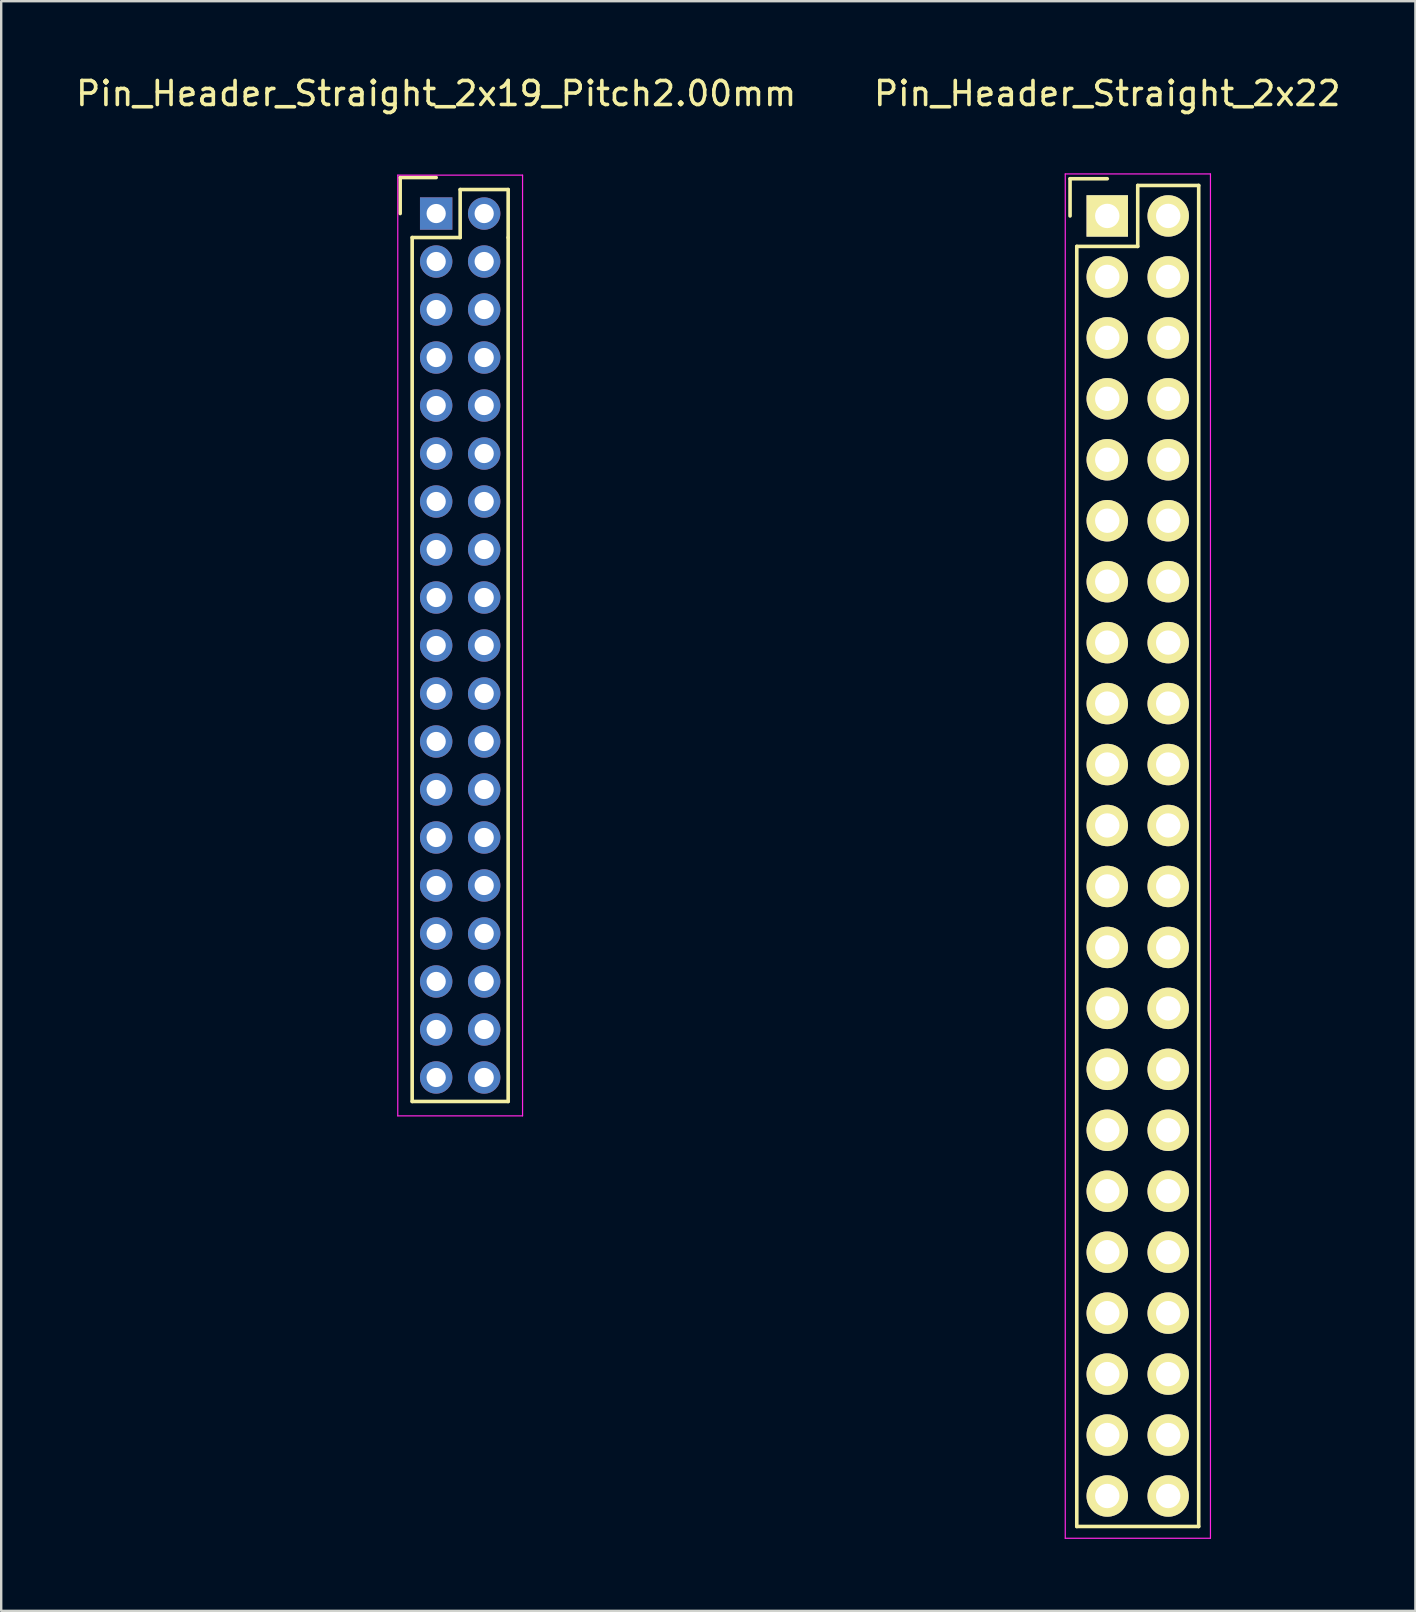
<source format=kicad_pcb>
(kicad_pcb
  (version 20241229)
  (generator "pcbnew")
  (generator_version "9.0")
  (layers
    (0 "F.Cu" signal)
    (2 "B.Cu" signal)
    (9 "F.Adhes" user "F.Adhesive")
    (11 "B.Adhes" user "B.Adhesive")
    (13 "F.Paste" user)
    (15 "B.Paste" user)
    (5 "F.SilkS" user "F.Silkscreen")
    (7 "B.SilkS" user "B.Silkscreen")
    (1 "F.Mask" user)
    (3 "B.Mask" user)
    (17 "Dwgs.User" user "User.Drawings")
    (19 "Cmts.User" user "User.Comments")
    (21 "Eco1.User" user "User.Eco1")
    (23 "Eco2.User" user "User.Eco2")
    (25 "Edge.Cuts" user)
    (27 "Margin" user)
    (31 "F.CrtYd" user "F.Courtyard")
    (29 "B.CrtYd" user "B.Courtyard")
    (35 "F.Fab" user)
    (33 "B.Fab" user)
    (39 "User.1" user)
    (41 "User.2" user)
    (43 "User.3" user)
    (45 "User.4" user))
  (footprint "Pin_Header_Straight_2x19_Pitch2.00mm"
    (layer "F.Cu")
    (at 15.125 5.848)
    (property "Reference" "Pin_Header_Straight_2x19_Pitch2.00mm" (at 0 -5 0) (layer "F.SilkS") (effects (font (size 1 1) (thickness 0.15))))
    (attr through_hole)
    (fp_line (start -1.5 -1.5) (end 0 -1.5) (stroke (width 0.15) (type solid)) (layer "F.SilkS"))
    (fp_line (start -1.5 0) (end -1.5 -1.5) (stroke (width 0.15) (type solid)) (layer "F.SilkS"))
    (fp_line (start -1 1) (end 1 1) (stroke (width 0.15) (type solid)) (layer "F.SilkS"))
    (fp_line (start -1 37) (end -1 1) (stroke (width 0.15) (type solid)) (layer "F.SilkS"))
    (fp_line (start 1 -1) (end 3 -1) (stroke (width 0.15) (type solid)) (layer "F.SilkS"))
    (fp_line (start 1 1) (end 1 -1) (stroke (width 0.15) (type solid)) (layer "F.SilkS"))
    (fp_line (start 3 -1) (end 3 1) (stroke (width 0.15) (type solid)) (layer "F.SilkS"))
    (fp_line (start 3 1) (end 3 37) (stroke (width 0.15) (type solid)) (layer "F.SilkS"))
    (fp_line (start 3 37) (end -1 37) (stroke (width 0.15) (type solid)) (layer "F.SilkS"))
    (fp_line (start -1.6 -1.6) (end 3.6 -1.6) (stroke (width 0.05) (type solid)) (layer "F.CrtYd"))
    (fp_line (start -1.6 37.6) (end -1.6 -1.6) (stroke (width 0.05) (type solid)) (layer "F.CrtYd"))
    (fp_line (start 3.6 -1.6) (end 3.6 37.6) (stroke (width 0.05) (type solid)) (layer "F.CrtYd"))
    (fp_line (start 3.6 37.6) (end -1.6 37.6) (stroke (width 0.05) (type solid)) (layer "F.CrtYd"))
    (pad "1" thru_hole rect (at 0 0) (size 1.35 1.35) (drill 0.8) (layers "*.Cu" "*.Mask"))
    (pad "2" thru_hole circle (at 2 0) (size 1.35 1.35) (drill 0.8) (layers "*.Cu" "*.Mask"))
    (pad "3" thru_hole circle (at 0 2) (size 1.35 1.35) (drill 0.8) (layers "*.Cu" "*.Mask"))
    (pad "4" thru_hole circle (at 2 2) (size 1.35 1.35) (drill 0.8) (layers "*.Cu" "*.Mask"))
    (pad "5" thru_hole circle (at 0 4) (size 1.35 1.35) (drill 0.8) (layers "*.Cu" "*.Mask"))
    (pad "6" thru_hole circle (at 2 4) (size 1.35 1.35) (drill 0.8) (layers "*.Cu" "*.Mask"))
    (pad "7" thru_hole circle (at 0 6) (size 1.35 1.35) (drill 0.8) (layers "*.Cu" "*.Mask"))
    (pad "8" thru_hole circle (at 2 6) (size 1.35 1.35) (drill 0.8) (layers "*.Cu" "*.Mask"))
    (pad "9" thru_hole circle (at 0 8) (size 1.35 1.35) (drill 0.8) (layers "*.Cu" "*.Mask"))
    (pad "10" thru_hole circle (at 2 8) (size 1.35 1.35) (drill 0.8) (layers "*.Cu" "*.Mask"))
    (pad "11" thru_hole circle (at 0 10) (size 1.35 1.35) (drill 0.8) (layers "*.Cu" "*.Mask"))
    (pad "12" thru_hole circle (at 2 10) (size 1.35 1.35) (drill 0.8) (layers "*.Cu" "*.Mask"))
    (pad "13" thru_hole circle (at 0 12) (size 1.35 1.35) (drill 0.8) (layers "*.Cu" "*.Mask"))
    (pad "14" thru_hole circle (at 2 12) (size 1.35 1.35) (drill 0.8) (layers "*.Cu" "*.Mask"))
    (pad "15" thru_hole circle (at 0 14) (size 1.35 1.35) (drill 0.8) (layers "*.Cu" "*.Mask"))
    (pad "16" thru_hole circle (at 2 14) (size 1.35 1.35) (drill 0.8) (layers "*.Cu" "*.Mask"))
    (pad "17" thru_hole circle (at 0 16) (size 1.35 1.35) (drill 0.8) (layers "*.Cu" "*.Mask"))
    (pad "18" thru_hole circle (at 2 16) (size 1.35 1.35) (drill 0.8) (layers "*.Cu" "*.Mask"))
    (pad "19" thru_hole circle (at 0 18) (size 1.35 1.35) (drill 0.8) (layers "*.Cu" "*.Mask"))
    (pad "20" thru_hole circle (at 2 18) (size 1.35 1.35) (drill 0.8) (layers "*.Cu" "*.Mask"))
    (pad "21" thru_hole circle (at 0 20) (size 1.35 1.35) (drill 0.8) (layers "*.Cu" "*.Mask"))
    (pad "22" thru_hole circle (at 2 20) (size 1.35 1.35) (drill 0.8) (layers "*.Cu" "*.Mask"))
    (pad "23" thru_hole circle (at 0 22) (size 1.35 1.35) (drill 0.8) (layers "*.Cu" "*.Mask"))
    (pad "24" thru_hole circle (at 2 22) (size 1.35 1.35) (drill 0.8) (layers "*.Cu" "*.Mask"))
    (pad "25" thru_hole circle (at 0 24) (size 1.35 1.35) (drill 0.8) (layers "*.Cu" "*.Mask"))
    (pad "26" thru_hole circle (at 2 24) (size 1.35 1.35) (drill 0.8) (layers "*.Cu" "*.Mask"))
    (pad "27" thru_hole circle (at 0 26) (size 1.35 1.35) (drill 0.8) (layers "*.Cu" "*.Mask"))
    (pad "28" thru_hole circle (at 2 26) (size 1.35 1.35) (drill 0.8) (layers "*.Cu" "*.Mask"))
    (pad "29" thru_hole circle (at 0 28) (size 1.35 1.35) (drill 0.8) (layers "*.Cu" "*.Mask"))
    (pad "30" thru_hole circle (at 2 28) (size 1.35 1.35) (drill 0.8) (layers "*.Cu" "*.Mask"))
    (pad "31" thru_hole circle (at 0 30) (size 1.35 1.35) (drill 0.8) (layers "*.Cu" "*.Mask"))
    (pad "32" thru_hole circle (at 2 30) (size 1.35 1.35) (drill 0.8) (layers "*.Cu" "*.Mask"))
    (pad "33" thru_hole circle (at 0 32) (size 1.35 1.35) (drill 0.8) (layers "*.Cu" "*.Mask"))
    (pad "34" thru_hole circle (at 2 32) (size 1.35 1.35) (drill 0.8) (layers "*.Cu" "*.Mask"))
    (pad "35" thru_hole circle (at 0 34) (size 1.35 1.35) (drill 0.8) (layers "*.Cu" "*.Mask"))
    (pad "36" thru_hole circle (at 2 34) (size 1.35 1.35) (drill 0.8) (layers "*.Cu" "*.Mask"))
    (pad "37" thru_hole circle (at 0 36) (size 1.35 1.35) (drill 0.8) (layers "*.Cu" "*.Mask"))
    (pad "38" thru_hole circle (at 2 36) (size 1.35 1.35) (drill 0.8) (layers "*.Cu" "*.Mask")))
  (footprint "Pin_Header_Straight_2x22"
    (layer "F.Cu")
    (at 43.089 5.948)
    (property "Reference" "Pin_Header_Straight_2x22" (at 0 -5.1 0) (layer "F.SilkS") (effects (font (size 1 1) (thickness 0.15))))
    (attr through_hole)
    (fp_line (start -1.55 -1.55) (end -1.55 0) (stroke (width 0.15) (type solid)) (layer "F.SilkS"))
    (fp_line (start -1.27 1.27) (end -1.27 54.61) (stroke (width 0.15) (type solid)) (layer "F.SilkS"))
    (fp_line (start 0 -1.55) (end -1.55 -1.55) (stroke (width 0.15) (type solid)) (layer "F.SilkS"))
    (fp_line (start 1.27 -1.27) (end 1.27 1.27) (stroke (width 0.15) (type solid)) (layer "F.SilkS"))
    (fp_line (start 1.27 1.27) (end -1.27 1.27) (stroke (width 0.15) (type solid)) (layer "F.SilkS"))
    (fp_line (start 3.81 -1.27) (end 1.27 -1.27) (stroke (width 0.15) (type solid)) (layer "F.SilkS"))
    (fp_line (start 3.81 54.61) (end -1.27 54.61) (stroke (width 0.15) (type solid)) (layer "F.SilkS"))
    (fp_line (start 3.81 54.61) (end 3.81 -1.27) (stroke (width 0.15) (type solid)) (layer "F.SilkS"))
    (fp_line (start -1.75 -1.75) (end -1.75 55.1) (stroke (width 0.05) (type solid)) (layer "F.CrtYd"))
    (fp_line (start -1.75 -1.75) (end 4.3 -1.75) (stroke (width 0.05) (type solid)) (layer "F.CrtYd"))
    (fp_line (start -1.75 55.1) (end 4.3 55.1) (stroke (width 0.05) (type solid)) (layer "F.CrtYd"))
    (fp_line (start 4.3 -1.75) (end 4.3 55.1) (stroke (width 0.05) (type solid)) (layer "F.CrtYd"))
    (pad "1" thru_hole rect (at 0 0) (size 1.727 1.727) (drill 1.016) (layers "*.Cu" "*.Mask" "F.SilkS"))
    (pad "2" thru_hole oval (at 2.54 0) (size 1.727 1.727) (drill 1.016) (layers "*.Cu" "*.Mask" "F.SilkS"))
    (pad "3" thru_hole oval (at 0 2.54) (size 1.727 1.727) (drill 1.016) (layers "*.Cu" "*.Mask" "F.SilkS"))
    (pad "4" thru_hole oval (at 2.54 2.54) (size 1.727 1.727) (drill 1.016) (layers "*.Cu" "*.Mask" "F.SilkS"))
    (pad "5" thru_hole oval (at 0 5.08) (size 1.727 1.727) (drill 1.016) (layers "*.Cu" "*.Mask" "F.SilkS"))
    (pad "6" thru_hole oval (at 2.54 5.08) (size 1.727 1.727) (drill 1.016) (layers "*.Cu" "*.Mask" "F.SilkS"))
    (pad "7" thru_hole oval (at 0 7.62) (size 1.727 1.727) (drill 1.016) (layers "*.Cu" "*.Mask" "F.SilkS"))
    (pad "8" thru_hole oval (at 2.54 7.62) (size 1.727 1.727) (drill 1.016) (layers "*.Cu" "*.Mask" "F.SilkS"))
    (pad "9" thru_hole oval (at 0 10.16) (size 1.727 1.727) (drill 1.016) (layers "*.Cu" "*.Mask" "F.SilkS"))
    (pad "10" thru_hole oval (at 2.54 10.16) (size 1.727 1.727) (drill 1.016) (layers "*.Cu" "*.Mask" "F.SilkS"))
    (pad "11" thru_hole oval (at 0 12.7) (size 1.727 1.727) (drill 1.016) (layers "*.Cu" "*.Mask" "F.SilkS"))
    (pad "12" thru_hole oval (at 2.54 12.7) (size 1.727 1.727) (drill 1.016) (layers "*.Cu" "*.Mask" "F.SilkS"))
    (pad "13" thru_hole oval (at 0 15.24) (size 1.727 1.727) (drill 1.016) (layers "*.Cu" "*.Mask" "F.SilkS"))
    (pad "14" thru_hole oval (at 2.54 15.24) (size 1.727 1.727) (drill 1.016) (layers "*.Cu" "*.Mask" "F.SilkS"))
    (pad "15" thru_hole oval (at 0 17.78) (size 1.727 1.727) (drill 1.016) (layers "*.Cu" "*.Mask" "F.SilkS"))
    (pad "16" thru_hole oval (at 2.54 17.78) (size 1.727 1.727) (drill 1.016) (layers "*.Cu" "*.Mask" "F.SilkS"))
    (pad "17" thru_hole oval (at 0 20.32) (size 1.727 1.727) (drill 1.016) (layers "*.Cu" "*.Mask" "F.SilkS"))
    (pad "18" thru_hole oval (at 2.54 20.32) (size 1.727 1.727) (drill 1.016) (layers "*.Cu" "*.Mask" "F.SilkS"))
    (pad "19" thru_hole oval (at 0 22.86) (size 1.727 1.727) (drill 1.016) (layers "*.Cu" "*.Mask" "F.SilkS"))
    (pad "20" thru_hole oval (at 2.54 22.86) (size 1.727 1.727) (drill 1.016) (layers "*.Cu" "*.Mask" "F.SilkS"))
    (pad "21" thru_hole oval (at 0 25.4) (size 1.727 1.727) (drill 1.016) (layers "*.Cu" "*.Mask" "F.SilkS"))
    (pad "22" thru_hole oval (at 2.54 25.4) (size 1.727 1.727) (drill 1.016) (layers "*.Cu" "*.Mask" "F.SilkS"))
    (pad "23" thru_hole oval (at 0 27.94) (size 1.727 1.727) (drill 1.016) (layers "*.Cu" "*.Mask" "F.SilkS"))
    (pad "24" thru_hole oval (at 2.54 27.94) (size 1.727 1.727) (drill 1.016) (layers "*.Cu" "*.Mask" "F.SilkS"))
    (pad "25" thru_hole oval (at 0 30.48) (size 1.727 1.727) (drill 1.016) (layers "*.Cu" "*.Mask" "F.SilkS"))
    (pad "26" thru_hole oval (at 2.54 30.48) (size 1.727 1.727) (drill 1.016) (layers "*.Cu" "*.Mask" "F.SilkS"))
    (pad "27" thru_hole oval (at 0 33.02) (size 1.727 1.727) (drill 1.016) (layers "*.Cu" "*.Mask" "F.SilkS"))
    (pad "28" thru_hole oval (at 2.54 33.02) (size 1.727 1.727) (drill 1.016) (layers "*.Cu" "*.Mask" "F.SilkS"))
    (pad "29" thru_hole oval (at 0 35.56) (size 1.727 1.727) (drill 1.016) (layers "*.Cu" "*.Mask" "F.SilkS"))
    (pad "30" thru_hole oval (at 2.54 35.56) (size 1.727 1.727) (drill 1.016) (layers "*.Cu" "*.Mask" "F.SilkS"))
    (pad "31" thru_hole oval (at 0 38.1) (size 1.727 1.727) (drill 1.016) (layers "*.Cu" "*.Mask" "F.SilkS"))
    (pad "32" thru_hole oval (at 2.54 38.1) (size 1.727 1.727) (drill 1.016) (layers "*.Cu" "*.Mask" "F.SilkS"))
    (pad "33" thru_hole oval (at 0 40.64) (size 1.727 1.727) (drill 1.016) (layers "*.Cu" "*.Mask" "F.SilkS"))
    (pad "34" thru_hole oval (at 2.54 40.64) (size 1.727 1.727) (drill 1.016) (layers "*.Cu" "*.Mask" "F.SilkS"))
    (pad "35" thru_hole oval (at 0 43.18) (size 1.727 1.727) (drill 1.016) (layers "*.Cu" "*.Mask" "F.SilkS"))
    (pad "36" thru_hole oval (at 2.54 43.18) (size 1.727 1.727) (drill 1.016) (layers "*.Cu" "*.Mask" "F.SilkS"))
    (pad "37" thru_hole oval (at 0 45.72) (size 1.727 1.727) (drill 1.016) (layers "*.Cu" "*.Mask" "F.SilkS"))
    (pad "38" thru_hole oval (at 2.54 45.72) (size 1.727 1.727) (drill 1.016) (layers "*.Cu" "*.Mask" "F.SilkS"))
    (pad "39" thru_hole oval (at 0 48.26) (size 1.727 1.727) (drill 1.016) (layers "*.Cu" "*.Mask" "F.SilkS"))
    (pad "40" thru_hole oval (at 2.54 48.26) (size 1.727 1.727) (drill 1.016) (layers "*.Cu" "*.Mask" "F.SilkS"))
    (pad "41" thru_hole oval (at 0 50.8) (size 1.727 1.727) (drill 1.016) (layers "*.Cu" "*.Mask" "F.SilkS"))
    (pad "42" thru_hole oval (at 2.54 50.8) (size 1.727 1.727) (drill 1.016) (layers "*.Cu" "*.Mask" "F.SilkS"))
    (pad "43" thru_hole oval (at 0 53.34) (size 1.727 1.727) (drill 1.016) (layers "*.Cu" "*.Mask" "F.SilkS"))
    (pad "44" thru_hole oval (at 2.54 53.34) (size 1.727 1.727) (drill 1.016) (layers "*.Cu" "*.Mask" "F.SilkS")))
  (gr_rect
    (start -3 -3)
    (end 55.929 64.073)
    (stroke (width 0.1) (type default))
    (fill no)
    (layer "Edge.Cuts")))
</source>
